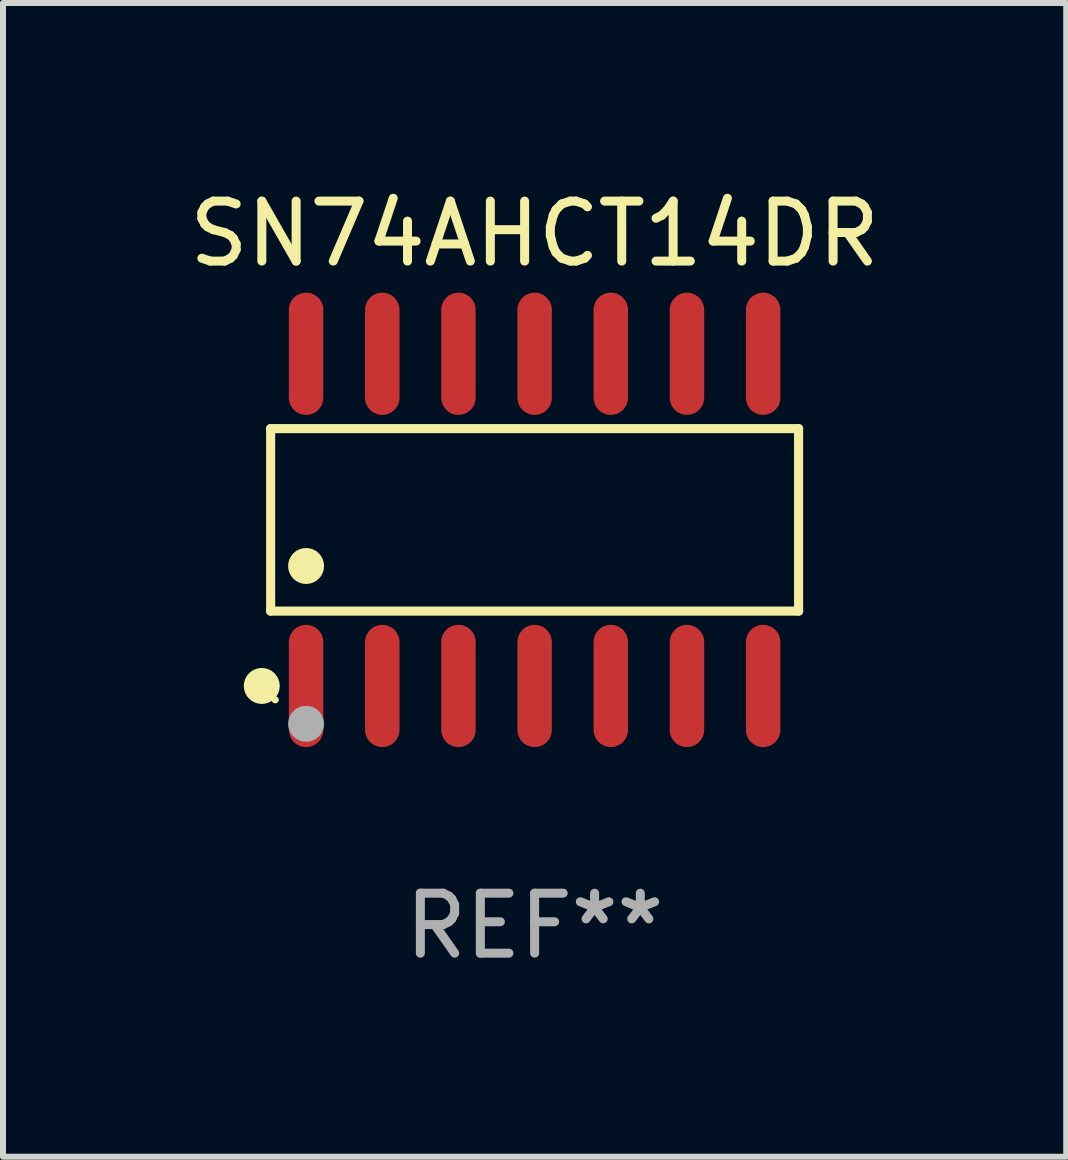
<source format=kicad_pcb>
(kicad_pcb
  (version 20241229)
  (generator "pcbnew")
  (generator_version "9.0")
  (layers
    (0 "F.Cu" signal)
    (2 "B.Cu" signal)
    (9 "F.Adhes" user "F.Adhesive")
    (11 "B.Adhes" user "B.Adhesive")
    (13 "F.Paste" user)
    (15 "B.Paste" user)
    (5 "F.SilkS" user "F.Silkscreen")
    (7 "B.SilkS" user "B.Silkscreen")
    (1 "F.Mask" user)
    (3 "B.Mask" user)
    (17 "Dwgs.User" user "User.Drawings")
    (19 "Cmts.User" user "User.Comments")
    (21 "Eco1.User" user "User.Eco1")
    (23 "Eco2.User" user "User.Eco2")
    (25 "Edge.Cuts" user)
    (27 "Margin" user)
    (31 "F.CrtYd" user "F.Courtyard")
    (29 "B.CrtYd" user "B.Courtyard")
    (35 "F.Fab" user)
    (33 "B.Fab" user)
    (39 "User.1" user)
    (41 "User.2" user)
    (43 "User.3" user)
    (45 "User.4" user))
  (footprint "SN74AHCT14DR"
    (layer "F.Cu")
    (at 5.863 5.617)
    (property "Reference" "SN74AHCT14DR" (at 0 -4.769 0) (layer "F.SilkS") (effects (font (size 1 1) (thickness 0.15))))
    (attr through_hole)
    (fp_line (start -4.401 -1.521) (end 4.401 -1.521) (stroke (width 0.152) (type solid)) (layer "F.SilkS"))
    (fp_line (start -4.401 1.521) (end -4.401 -1.521) (stroke (width 0.152) (type solid)) (layer "F.SilkS"))
    (fp_line (start 4.401 -1.521) (end 4.401 1.521) (stroke (width 0.152) (type solid)) (layer "F.SilkS"))
    (fp_line (start 4.401 1.521) (end -4.401 1.521) (stroke (width 0.152) (type solid)) (layer "F.SilkS"))
    (fp_circle (center -4.549 2.769) (end -4.399 2.769) (stroke (width 0.3) (type solid)) (fill no) (layer "F.SilkS"))
    (fp_circle (center -4.325 3) (end -4.295 3) (stroke (width 0.06) (type solid)) (fill no) (layer "F.SilkS"))
    (fp_circle (center -3.81 0.769) (end -3.66 0.769) (stroke (width 0.3) (type solid)) (fill no) (layer "F.SilkS"))
    (fp_circle (center -3.81 3.4) (end -3.66 3.4) (stroke (width 0.3) (type solid)) (fill no) (layer "F.Fab"))
    (fp_text user "REF**" (at 0 6.769 0) (layer "F.Fab") (effects (font (size 1 1) (thickness 0.15))))
    (pad "1" smd oval (at -3.81 2.769) (size 0.574 2.038) (layers "F.Cu" "F.Mask" "F.Paste"))
    (pad "2" smd oval (at -2.54 2.769) (size 0.574 2.038) (layers "F.Cu" "F.Mask" "F.Paste"))
    (pad "3" smd oval (at -1.27 2.769) (size 0.574 2.038) (layers "F.Cu" "F.Mask" "F.Paste"))
    (pad "4" smd oval (at 0 2.769) (size 0.574 2.038) (layers "F.Cu" "F.Mask" "F.Paste"))
    (pad "5" smd oval (at 1.27 2.769) (size 0.574 2.038) (layers "F.Cu" "F.Mask" "F.Paste"))
    (pad "6" smd oval (at 2.54 2.769) (size 0.574 2.038) (layers "F.Cu" "F.Mask" "F.Paste"))
    (pad "7" smd oval (at 3.81 2.769) (size 0.574 2.038) (layers "F.Cu" "F.Mask" "F.Paste"))
    (pad "8" smd oval (at 3.81 -2.769) (size 0.574 2.038) (layers "F.Cu" "F.Mask" "F.Paste"))
    (pad "9" smd oval (at 2.54 -2.769) (size 0.574 2.038) (layers "F.Cu" "F.Mask" "F.Paste"))
    (pad "10" smd oval (at 1.27 -2.769) (size 0.574 2.038) (layers "F.Cu" "F.Mask" "F.Paste"))
    (pad "11" smd oval (at 0 -2.769) (size 0.574 2.038) (layers "F.Cu" "F.Mask" "F.Paste"))
    (pad "12" smd oval (at -1.27 -2.769) (size 0.574 2.038) (layers "F.Cu" "F.Mask" "F.Paste"))
    (pad "13" smd oval (at -2.54 -2.769) (size 0.574 2.038) (layers "F.Cu" "F.Mask" "F.Paste"))
    (pad "14" smd oval (at -3.81 -2.769) (size 0.574 2.038) (layers "F.Cu" "F.Mask" "F.Paste")))
  (gr_rect
    (start -3 -3)
    (end 14.726 16.235)
    (stroke (width 0.1) (type default))
    (fill no)
    (layer "Edge.Cuts")))
</source>
